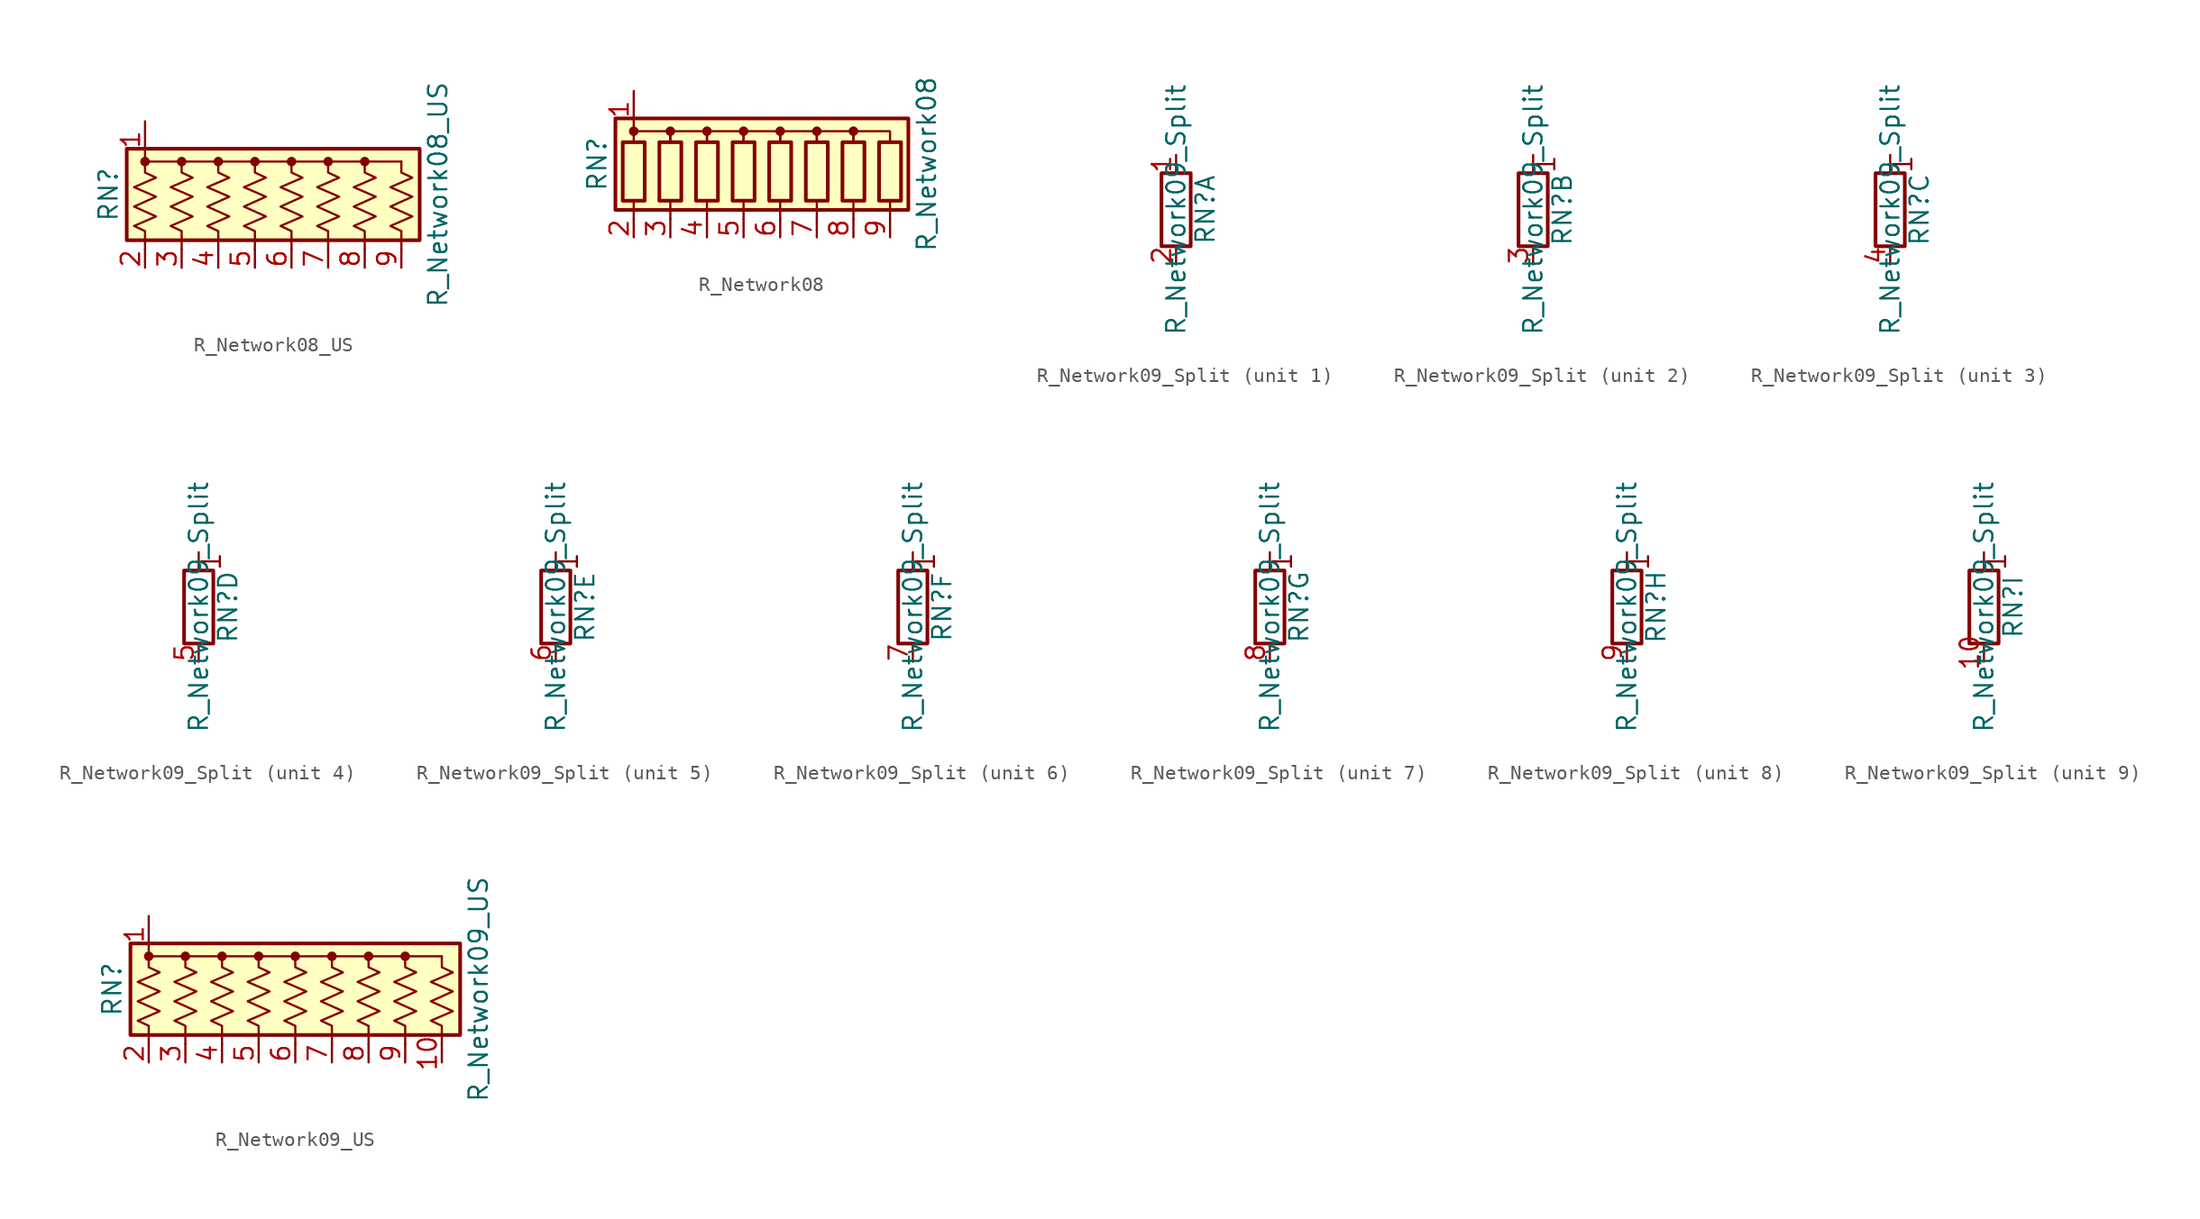
<source format=kicad_sym>
(kicad_symbol_lib
  (version 20201005)
  (generator kicad_symbol_editor)
  (symbol "R_Network08_US"
    (pin_names
      (offset 0) hide)
    (property "Reference" "RN"
      (at -12.7 0 90)
      (effects (font (size 1.27 1.27))))
    (property "Value" "R_Network08_US"
      (at 10.16 0 90)
      (effects (font (size 1.27 1.27))))
    (symbol "R_Network08_US_0_1"
      (circle (center -10.16 2.286) (radius 0.254) (stroke (width 0)) (fill (type outline)))
      (circle (center -7.62 2.286) (radius 0.254) (stroke (width 0)) (fill (type outline)))
      (circle (center -5.08 2.286) (radius 0.254) (stroke (width 0)) (fill (type outline)))
      (circle (center -2.54 2.286) (radius 0.254) (stroke (width 0)) (fill (type outline)))
      (circle (center 0 2.286) (radius 0.254) (stroke (width 0)) (fill (type outline)))
      (circle (center 2.54 2.286) (radius 0.254) (stroke (width 0)) (fill (type outline)))
      (circle (center 5.08 2.286) (radius 0.254) (stroke (width 0)) (fill (type outline)))
      (rectangle (start -11.43 -3.175) (end 8.89 3.175) (stroke (width 0.254)) (fill (type background)))
      (polyline (pts (xy -10.16 2.286) (xy 7.62 2.286)) (stroke (width 0)) (fill (type none)))
      (polyline (pts (xy -10.16 2.286) (xy -10.16 1.524) (xy -9.398 1.168) (xy -10.922 0.508) (xy -9.398 -0.152) (xy -10.922 -0.838) (xy -9.398 -1.524) (xy -10.922 -2.184) (xy -10.16 -2.54) (xy -10.16 -3.81)) (stroke (width 0)) (fill (type none)))
      (polyline (pts (xy -7.62 2.286) (xy -7.62 1.524) (xy -6.858 1.168) (xy -8.382 0.508) (xy -6.858 -0.152) (xy -8.382 -0.838) (xy -6.858 -1.524) (xy -8.382 -2.184) (xy -7.62 -2.54) (xy -7.62 -3.81)) (stroke (width 0)) (fill (type none)))
      (polyline (pts (xy -5.08 2.286) (xy -5.08 1.524) (xy -4.318 1.168) (xy -5.842 0.508) (xy -4.318 -0.152) (xy -5.842 -0.838) (xy -4.318 -1.524) (xy -5.842 -2.184) (xy -5.08 -2.54) (xy -5.08 -3.81)) (stroke (width 0)) (fill (type none)))
      (polyline (pts (xy -2.54 2.286) (xy -2.54 1.524) (xy -1.778 1.168) (xy -3.302 0.508) (xy -1.778 -0.152) (xy -3.302 -0.838) (xy -1.778 -1.524) (xy -3.302 -2.184) (xy -2.54 -2.54) (xy -2.54 -3.81)) (stroke (width 0)) (fill (type none)))
      (polyline (pts (xy 0 2.286) (xy 0 1.524) (xy 0.762 1.168) (xy -0.762 0.508) (xy 0.762 -0.152) (xy -0.762 -0.838) (xy 0.762 -1.524) (xy -0.762 -2.184) (xy 0 -2.54) (xy 0 -3.81)) (stroke (width 0)) (fill (type none)))
      (polyline (pts (xy 2.54 2.286) (xy 2.54 1.524) (xy 3.302 1.168) (xy 1.778 0.508) (xy 3.302 -0.152) (xy 1.778 -0.838) (xy 3.302 -1.524) (xy 1.778 -2.184) (xy 2.54 -2.54) (xy 2.54 -3.81)) (stroke (width 0)) (fill (type none)))
      (polyline (pts (xy 5.08 2.286) (xy 5.08 1.524) (xy 5.842 1.168) (xy 4.318 0.508) (xy 5.842 -0.152) (xy 4.318 -0.838) (xy 5.842 -1.524) (xy 4.318 -2.184) (xy 5.08 -2.54) (xy 5.08 -3.81)) (stroke (width 0)) (fill (type none)))
      (polyline (pts (xy 7.62 2.286) (xy 7.62 1.524) (xy 8.382 1.168) (xy 6.858 0.508) (xy 8.382 -0.152) (xy 6.858 -0.838) (xy 8.382 -1.524) (xy 6.858 -2.184) (xy 7.62 -2.54) (xy 7.62 -3.81)) (stroke (width 0)) (fill (type none))))
    (symbol "R_Network08_US_1_1"
      (pin passive line (at -10.16 5.08 270) (length 2.54) (name "common" (effects (font (size 1.27 1.27)))) (number "1" (effects (font (size 1.27 1.27)))))
      (pin passive line (at -10.16 -5.08 90) (length 1.27) (name "R1" (effects (font (size 1.27 1.27)))) (number "2" (effects (font (size 1.27 1.27)))))
      (pin passive line (at -7.62 -5.08 90) (length 1.27) (name "R2" (effects (font (size 1.27 1.27)))) (number "3" (effects (font (size 1.27 1.27)))))
      (pin passive line (at -5.08 -5.08 90) (length 1.27) (name "R3" (effects (font (size 1.27 1.27)))) (number "4" (effects (font (size 1.27 1.27)))))
      (pin passive line (at -2.54 -5.08 90) (length 1.27) (name "R4" (effects (font (size 1.27 1.27)))) (number "5" (effects (font (size 1.27 1.27)))))
      (pin passive line (at 0 -5.08 90) (length 1.27) (name "R5" (effects (font (size 1.27 1.27)))) (number "6" (effects (font (size 1.27 1.27)))))
      (pin passive line (at 2.54 -5.08 90) (length 1.27) (name "R6" (effects (font (size 1.27 1.27)))) (number "7" (effects (font (size 1.27 1.27)))))
      (pin passive line (at 5.08 -5.08 90) (length 1.27) (name "R7" (effects (font (size 1.27 1.27)))) (number "8" (effects (font (size 1.27 1.27)))))
      (pin passive line (at 7.62 -5.08 90) (length 1.27) (name "R8" (effects (font (size 1.27 1.27)))) (number "9" (effects (font (size 1.27 1.27)))))))
  (symbol "R_Network08"
    (pin_names
      (offset 0) hide)
    (property "Reference" "RN"
      (at -12.7 0 90)
      (effects (font (size 1.27 1.27))))
    (property "Value" "R_Network08"
      (at 10.16 0 90)
      (effects (font (size 1.27 1.27))))
    (symbol "R_Network08_0_1"
      (circle (center -10.16 2.286) (radius 0.254) (stroke (width 0)) (fill (type outline)))
      (circle (center -7.62 2.286) (radius 0.254) (stroke (width 0)) (fill (type outline)))
      (circle (center -5.08 2.286) (radius 0.254) (stroke (width 0)) (fill (type outline)))
      (circle (center -2.54 2.286) (radius 0.254) (stroke (width 0)) (fill (type outline)))
      (circle (center 0 2.286) (radius 0.254) (stroke (width 0)) (fill (type outline)))
      (circle (center 2.54 2.286) (radius 0.254) (stroke (width 0)) (fill (type outline)))
      (circle (center 5.08 2.286) (radius 0.254) (stroke (width 0)) (fill (type outline)))
      (rectangle (start -10.922 1.524) (end -9.398 -2.54) (stroke (width 0.254)) (fill (type none)))
      (rectangle (start -8.382 1.524) (end -6.858 -2.54) (stroke (width 0.254)) (fill (type none)))
      (rectangle (start -5.842 1.524) (end -4.318 -2.54) (stroke (width 0.254)) (fill (type none)))
      (rectangle (start -3.302 1.524) (end -1.778 -2.54) (stroke (width 0.254)) (fill (type none)))
      (rectangle (start -0.762 1.524) (end 0.762 -2.54) (stroke (width 0.254)) (fill (type none)))
      (rectangle (start 1.778 1.524) (end 3.302 -2.54) (stroke (width 0.254)) (fill (type none)))
      (rectangle (start 4.318 1.524) (end 5.842 -2.54) (stroke (width 0.254)) (fill (type none)))
      (rectangle (start 6.858 1.524) (end 8.382 -2.54) (stroke (width 0.254)) (fill (type none)))
      (rectangle (start -11.43 -3.175) (end 8.89 3.175) (stroke (width 0.254)) (fill (type background)))
      (polyline (pts (xy -10.16 -2.54) (xy -10.16 -3.81)) (stroke (width 0)) (fill (type none)))
      (polyline (pts (xy -7.62 -2.54) (xy -7.62 -3.81)) (stroke (width 0)) (fill (type none)))
      (polyline (pts (xy -5.08 -2.54) (xy -5.08 -3.81)) (stroke (width 0)) (fill (type none)))
      (polyline (pts (xy -2.54 -2.54) (xy -2.54 -3.81)) (stroke (width 0)) (fill (type none)))
      (polyline (pts (xy 0 -2.54) (xy 0 -3.81)) (stroke (width 0)) (fill (type none)))
      (polyline (pts (xy 2.54 -2.54) (xy 2.54 -3.81)) (stroke (width 0)) (fill (type none)))
      (polyline (pts (xy 5.08 -2.54) (xy 5.08 -3.81)) (stroke (width 0)) (fill (type none)))
      (polyline (pts (xy 7.62 -2.54) (xy 7.62 -3.81)) (stroke (width 0)) (fill (type none)))
      (polyline (pts (xy -10.16 1.524) (xy -10.16 2.286) (xy -7.62 2.286) (xy -7.62 1.524)) (stroke (width 0)) (fill (type none)))
      (polyline (pts (xy -7.62 1.524) (xy -7.62 2.286) (xy -5.08 2.286) (xy -5.08 1.524)) (stroke (width 0)) (fill (type none)))
      (polyline (pts (xy -5.08 1.524) (xy -5.08 2.286) (xy -2.54 2.286) (xy -2.54 1.524)) (stroke (width 0)) (fill (type none)))
      (polyline (pts (xy -2.54 1.524) (xy -2.54 2.286) (xy 0 2.286) (xy 0 1.524)) (stroke (width 0)) (fill (type none)))
      (polyline (pts (xy 0 1.524) (xy 0 2.286) (xy 2.54 2.286) (xy 2.54 1.524)) (stroke (width 0)) (fill (type none)))
      (polyline (pts (xy 2.54 1.524) (xy 2.54 2.286) (xy 5.08 2.286) (xy 5.08 1.524)) (stroke (width 0)) (fill (type none)))
      (polyline (pts (xy 5.08 1.524) (xy 5.08 2.286) (xy 7.62 2.286) (xy 7.62 1.524)) (stroke (width 0)) (fill (type none))))
    (symbol "R_Network08_1_1"
      (pin passive line (at -10.16 5.08 270) (length 2.54) (name "common" (effects (font (size 1.27 1.27)))) (number "1" (effects (font (size 1.27 1.27)))))
      (pin passive line (at -10.16 -5.08 90) (length 1.27) (name "R1" (effects (font (size 1.27 1.27)))) (number "2" (effects (font (size 1.27 1.27)))))
      (pin passive line (at -7.62 -5.08 90) (length 1.27) (name "R2" (effects (font (size 1.27 1.27)))) (number "3" (effects (font (size 1.27 1.27)))))
      (pin passive line (at -5.08 -5.08 90) (length 1.27) (name "R3" (effects (font (size 1.27 1.27)))) (number "4" (effects (font (size 1.27 1.27)))))
      (pin passive line (at -2.54 -5.08 90) (length 1.27) (name "R4" (effects (font (size 1.27 1.27)))) (number "5" (effects (font (size 1.27 1.27)))))
      (pin passive line (at 0 -5.08 90) (length 1.27) (name "R5" (effects (font (size 1.27 1.27)))) (number "6" (effects (font (size 1.27 1.27)))))
      (pin passive line (at 2.54 -5.08 90) (length 1.27) (name "R6" (effects (font (size 1.27 1.27)))) (number "7" (effects (font (size 1.27 1.27)))))
      (pin passive line (at 5.08 -5.08 90) (length 1.27) (name "R7" (effects (font (size 1.27 1.27)))) (number "8" (effects (font (size 1.27 1.27)))))
      (pin passive line (at 7.62 -5.08 90) (length 1.27) (name "R8" (effects (font (size 1.27 1.27)))) (number "9" (effects (font (size 1.27 1.27)))))))
  (symbol "R_Network09_Split"
    (pin_names
      (offset 0) hide)
    (property "Reference" "RN"
      (at 2.032 0 90)
      (effects (font (size 1.27 1.27))))
    (property "Value" "R_Network09_Split"
      (at 0 0 90)
      (effects (font (size 1.27 1.27))))
    (symbol "R_Network09_Split_0_1"
      (rectangle (start 1.016 2.54) (end -1.016 -2.54) (stroke (width 0.254)) (fill (type none))))
    (symbol "R_Network09_Split_1_1"
      (pin passive line (at 0 3.81 270) (length 1.27) (name "R1.1" (effects (font (size 1.27 1.27)))) (number "1" (effects (font (size 1.27 1.27)))))
      (pin passive line (at 0 -3.81 90) (length 1.27) (name "R1.2" (effects (font (size 1.27 1.27)))) (number "2" (effects (font (size 1.27 1.27))))))
    (symbol "R_Network09_Split_2_1"
      (text "1" (at 0.889 3.175 900) (effects (font (size 1.27 1.27))))
      (polyline (pts (xy 0 2.54) (xy 0 3.81)) (stroke (width 0)) (fill (type none)))
      (pin passive line (at 0 -3.81 90) (length 1.27) (name "R2.2" (effects (font (size 1.27 1.27)))) (number "3" (effects (font (size 1.27 1.27))))))
    (symbol "R_Network09_Split_3_1"
      (text "1" (at 0.889 3.175 900) (effects (font (size 1.27 1.27))))
      (polyline (pts (xy 0 2.54) (xy 0 3.81)) (stroke (width 0)) (fill (type none)))
      (pin passive line (at 0 -3.81 90) (length 1.27) (name "R3.2" (effects (font (size 1.27 1.27)))) (number "4" (effects (font (size 1.27 1.27))))))
    (symbol "R_Network09_Split_4_1"
      (text "1" (at 0.889 3.175 900) (effects (font (size 1.27 1.27))))
      (polyline (pts (xy 0 2.54) (xy 0 3.81)) (stroke (width 0)) (fill (type none)))
      (pin passive line (at 0 -3.81 90) (length 1.27) (name "R4.2" (effects (font (size 1.27 1.27)))) (number "5" (effects (font (size 1.27 1.27))))))
    (symbol "R_Network09_Split_5_1"
      (text "1" (at 0.889 3.175 900) (effects (font (size 1.27 1.27))))
      (polyline (pts (xy 0 2.54) (xy 0 3.81)) (stroke (width 0)) (fill (type none)))
      (pin passive line (at 0 -3.81 90) (length 1.27) (name "R5.2" (effects (font (size 1.27 1.27)))) (number "6" (effects (font (size 1.27 1.27))))))
    (symbol "R_Network09_Split_6_1"
      (text "1" (at 0.889 3.175 900) (effects (font (size 1.27 1.27))))
      (polyline (pts (xy 0 2.54) (xy 0 3.81)) (stroke (width 0)) (fill (type none)))
      (pin passive line (at 0 -3.81 90) (length 1.27) (name "R6.2" (effects (font (size 1.27 1.27)))) (number "7" (effects (font (size 1.27 1.27))))))
    (symbol "R_Network09_Split_7_1"
      (text "1" (at 0.889 3.175 900) (effects (font (size 1.27 1.27))))
      (polyline (pts (xy 0 2.54) (xy 0 3.81)) (stroke (width 0)) (fill (type none)))
      (pin passive line (at 0 -3.81 90) (length 1.27) (name "R7.2" (effects (font (size 1.27 1.27)))) (number "8" (effects (font (size 1.27 1.27))))))
    (symbol "R_Network09_Split_8_1"
      (text "1" (at 0.889 3.175 900) (effects (font (size 1.27 1.27))))
      (polyline (pts (xy 0 2.54) (xy 0 3.81)) (stroke (width 0)) (fill (type none)))
      (pin passive line (at 0 -3.81 90) (length 1.27) (name "R8.2" (effects (font (size 1.27 1.27)))) (number "9" (effects (font (size 1.27 1.27))))))
    (symbol "R_Network09_Split_9_1"
      (text "1" (at 0.889 3.175 900) (effects (font (size 1.27 1.27))))
      (polyline (pts (xy 0 2.54) (xy 0 3.81)) (stroke (width 0)) (fill (type none)))
      (pin passive line (at 0 -3.81 90) (length 1.27) (name "R9.2" (effects (font (size 1.27 1.27)))) (number "10" (effects (font (size 1.27 1.27)))))))
  (symbol "R_Network09_US"
    (pin_names
      (offset 0) hide)
    (property "Reference" "RN"
      (at -12.7 0 90)
      (effects (font (size 1.27 1.27))))
    (property "Value" "R_Network09_US"
      (at 12.7 0 90)
      (effects (font (size 1.27 1.27))))
    (symbol "R_Network09_US_0_1"
      (circle (center -10.16 2.286) (radius 0.254) (stroke (width 0)) (fill (type outline)))
      (circle (center -7.62 2.286) (radius 0.254) (stroke (width 0)) (fill (type outline)))
      (circle (center -5.08 2.286) (radius 0.254) (stroke (width 0)) (fill (type outline)))
      (circle (center -2.54 2.286) (radius 0.254) (stroke (width 0)) (fill (type outline)))
      (circle (center 0 2.286) (radius 0.254) (stroke (width 0)) (fill (type outline)))
      (circle (center 2.54 2.286) (radius 0.254) (stroke (width 0)) (fill (type outline)))
      (circle (center 5.08 2.286) (radius 0.254) (stroke (width 0)) (fill (type outline)))
      (circle (center 7.62 2.286) (radius 0.254) (stroke (width 0)) (fill (type outline)))
      (rectangle (start -11.43 -3.175) (end 11.43 3.175) (stroke (width 0.254)) (fill (type background)))
      (polyline (pts (xy -10.16 2.286) (xy 10.16 2.286)) (stroke (width 0)) (fill (type none)))
      (polyline (pts (xy -10.16 2.286) (xy -10.16 1.524) (xy -9.398 1.168) (xy -10.922 0.508) (xy -9.398 -0.152) (xy -10.922 -0.838) (xy -9.398 -1.524) (xy -10.922 -2.184) (xy -10.16 -2.54) (xy -10.16 -3.81)) (stroke (width 0)) (fill (type none)))
      (polyline (pts (xy -7.62 2.286) (xy -7.62 1.524) (xy -6.858 1.168) (xy -8.382 0.508) (xy -6.858 -0.152) (xy -8.382 -0.838) (xy -6.858 -1.524) (xy -8.382 -2.184) (xy -7.62 -2.54) (xy -7.62 -3.81)) (stroke (width 0)) (fill (type none)))
      (polyline (pts (xy -5.08 2.286) (xy -5.08 1.524) (xy -4.318 1.168) (xy -5.842 0.508) (xy -4.318 -0.152) (xy -5.842 -0.838) (xy -4.318 -1.524) (xy -5.842 -2.184) (xy -5.08 -2.54) (xy -5.08 -3.81)) (stroke (width 0)) (fill (type none)))
      (polyline (pts (xy -2.54 2.286) (xy -2.54 1.524) (xy -1.778 1.168) (xy -3.302 0.508) (xy -1.778 -0.152) (xy -3.302 -0.838) (xy -1.778 -1.524) (xy -3.302 -2.184) (xy -2.54 -2.54) (xy -2.54 -3.81)) (stroke (width 0)) (fill (type none)))
      (polyline (pts (xy 0 2.286) (xy 0 1.524) (xy 0.762 1.168) (xy -0.762 0.508) (xy 0.762 -0.152) (xy -0.762 -0.838) (xy 0.762 -1.524) (xy -0.762 -2.184) (xy 0 -2.54) (xy 0 -3.81)) (stroke (width 0)) (fill (type none)))
      (polyline (pts (xy 2.54 2.286) (xy 2.54 1.524) (xy 3.302 1.168) (xy 1.778 0.508) (xy 3.302 -0.152) (xy 1.778 -0.838) (xy 3.302 -1.524) (xy 1.778 -2.184) (xy 2.54 -2.54) (xy 2.54 -3.81)) (stroke (width 0)) (fill (type none)))
      (polyline (pts (xy 5.08 2.286) (xy 5.08 1.524) (xy 5.842 1.168) (xy 4.318 0.508) (xy 5.842 -0.152) (xy 4.318 -0.838) (xy 5.842 -1.524) (xy 4.318 -2.184) (xy 5.08 -2.54) (xy 5.08 -3.81)) (stroke (width 0)) (fill (type none)))
      (polyline (pts (xy 7.62 2.286) (xy 7.62 1.524) (xy 8.382 1.168) (xy 6.858 0.508) (xy 8.382 -0.152) (xy 6.858 -0.838) (xy 8.382 -1.524) (xy 6.858 -2.184) (xy 7.62 -2.54) (xy 7.62 -3.81)) (stroke (width 0)) (fill (type none)))
      (polyline (pts (xy 10.16 2.286) (xy 10.16 1.524) (xy 10.922 1.168) (xy 9.398 0.508) (xy 10.922 -0.152) (xy 9.398 -0.838) (xy 10.922 -1.524) (xy 9.398 -2.184) (xy 10.16 -2.54) (xy 10.16 -3.81)) (stroke (width 0)) (fill (type none))))
    (symbol "R_Network09_US_1_1"
      (pin passive line (at -10.16 5.08 270) (length 2.54) (name "common" (effects (font (size 1.27 1.27)))) (number "1" (effects (font (size 1.27 1.27)))))
      (pin passive line (at 10.16 -5.08 90) (length 1.27) (name "R9" (effects (font (size 1.27 1.27)))) (number "10" (effects (font (size 1.27 1.27)))))
      (pin passive line (at -10.16 -5.08 90) (length 1.27) (name "R1" (effects (font (size 1.27 1.27)))) (number "2" (effects (font (size 1.27 1.27)))))
      (pin passive line (at -7.62 -5.08 90) (length 1.27) (name "R2" (effects (font (size 1.27 1.27)))) (number "3" (effects (font (size 1.27 1.27)))))
      (pin passive line (at -5.08 -5.08 90) (length 1.27) (name "R3" (effects (font (size 1.27 1.27)))) (number "4" (effects (font (size 1.27 1.27)))))
      (pin passive line (at -2.54 -5.08 90) (length 1.27) (name "R4" (effects (font (size 1.27 1.27)))) (number "5" (effects (font (size 1.27 1.27)))))
      (pin passive line (at 0 -5.08 90) (length 1.27) (name "R5" (effects (font (size 1.27 1.27)))) (number "6" (effects (font (size 1.27 1.27)))))
      (pin passive line (at 2.54 -5.08 90) (length 1.27) (name "R6" (effects (font (size 1.27 1.27)))) (number "7" (effects (font (size 1.27 1.27)))))
      (pin passive line (at 5.08 -5.08 90) (length 1.27) (name "R7" (effects (font (size 1.27 1.27)))) (number "8" (effects (font (size 1.27 1.27)))))
      (pin passive line (at 7.62 -5.08 90) (length 1.27) (name "R8" (effects (font (size 1.27 1.27)))) (number "9" (effects (font (size 1.27 1.27))))))))
</source>
